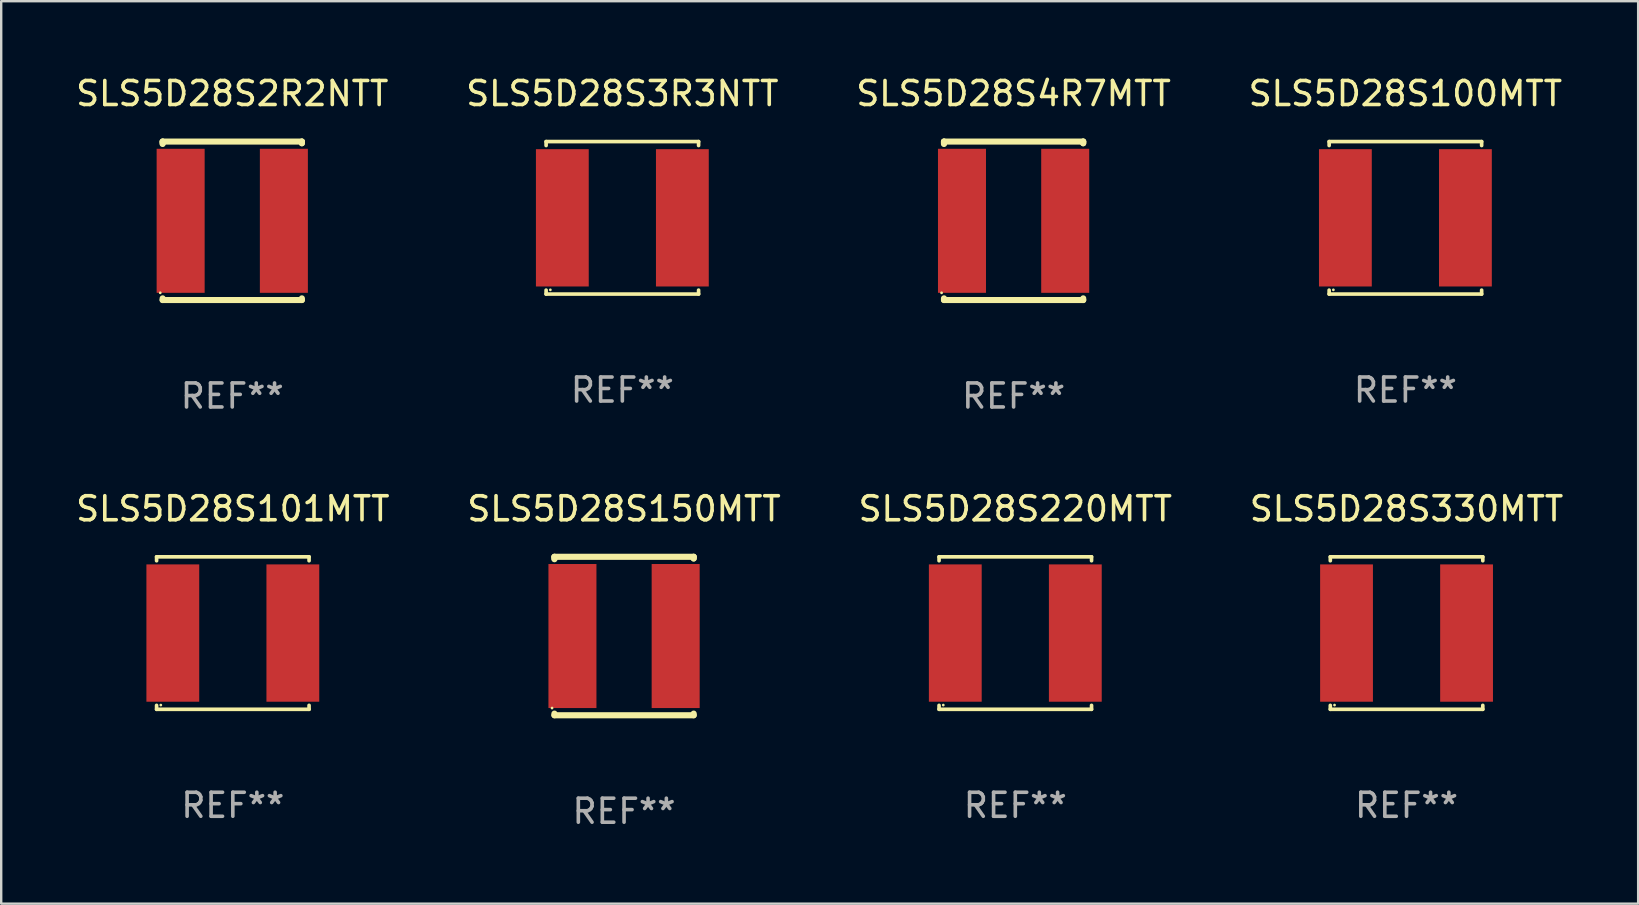
<source format=kicad_pcb>
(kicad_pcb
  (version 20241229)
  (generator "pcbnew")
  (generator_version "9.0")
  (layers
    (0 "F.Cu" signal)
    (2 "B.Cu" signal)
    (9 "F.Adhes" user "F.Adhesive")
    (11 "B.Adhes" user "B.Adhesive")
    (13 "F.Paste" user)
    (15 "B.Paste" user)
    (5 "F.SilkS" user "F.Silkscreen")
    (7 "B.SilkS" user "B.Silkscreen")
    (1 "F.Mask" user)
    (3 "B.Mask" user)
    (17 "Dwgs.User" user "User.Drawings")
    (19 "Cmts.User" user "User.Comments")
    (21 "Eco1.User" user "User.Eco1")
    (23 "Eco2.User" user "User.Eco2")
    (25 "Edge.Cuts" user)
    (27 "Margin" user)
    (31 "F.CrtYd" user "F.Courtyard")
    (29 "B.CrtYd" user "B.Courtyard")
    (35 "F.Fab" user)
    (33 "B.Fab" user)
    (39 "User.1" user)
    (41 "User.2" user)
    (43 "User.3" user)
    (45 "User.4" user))
  (footprint "SLS5D28S220MTT"
    (layer "F.Cu")
    (at 39.244 23.321)
    (property "Reference" "SLS5D28S220MTT" (at 0 -5.176 0) (layer "F.SilkS") (effects (font (size 1 1) (thickness 0.15))))
    (attr through_hole)
    (fp_line (start -3.176 -3.176) (end 3.176 -3.176) (stroke (width 0.152) (type solid)) (layer "F.SilkS"))
    (fp_line (start -3.176 -3.012) (end -3.176 -3.176) (stroke (width 0.152) (type solid)) (layer "F.SilkS"))
    (fp_line (start -3.176 3.012) (end -3.176 3.176) (stroke (width 0.152) (type solid)) (layer "F.SilkS"))
    (fp_line (start -3.176 3.176) (end 3.176 3.176) (stroke (width 0.152) (type solid)) (layer "F.SilkS"))
    (fp_line (start 3.176 -3.176) (end 3.176 -3.012) (stroke (width 0.152) (type solid)) (layer "F.SilkS"))
    (fp_line (start 3.176 3.176) (end 3.176 3.012) (stroke (width 0.152) (type solid)) (layer "F.SilkS"))
    (fp_circle (center -3 3) (end -2.97 3) (stroke (width 0.06) (type solid)) (fill no) (layer "F.SilkS"))
    (fp_text user "REF**" (at 0 7.176 0) (layer "F.Fab") (effects (font (size 1 1) (thickness 0.15))))
    (pad "1" smd rect (at -2.5 0) (size 2.2 5.72) (layers "F.Cu" "F.Mask" "F.Paste"))
    (pad "2" smd rect (at 2.5 0) (size 2.2 5.72) (layers "F.Cu" "F.Mask" "F.Paste")))
  (footprint "SLS5D28S150MTT"
    (layer "F.Cu")
    (at 22.946 23.445)
    (property "Reference" "SLS5D28S150MTT" (at 0 -5.3 0) (layer "F.SilkS") (effects (font (size 1 1) (thickness 0.15))))
    (attr through_hole)
    (fp_line (start -2.9 -3.3) (end -2.9 -3.231) (stroke (width 0.254) (type solid)) (layer "F.SilkS"))
    (fp_line (start -2.9 -3.3) (end -2.9 -3.2) (stroke (width 0.254) (type solid)) (layer "F.SilkS"))
    (fp_line (start -2.9 3.231) (end -2.9 3.3) (stroke (width 0.254) (type solid)) (layer "F.SilkS"))
    (fp_line (start -2.9 3.3) (end 2.9 3.3) (stroke (width 0.254) (type solid)) (layer "F.SilkS"))
    (fp_line (start 2.9 -3.3) (end -2.9 -3.3) (stroke (width 0.254) (type solid)) (layer "F.SilkS"))
    (fp_line (start 2.9 -3.3) (end 2.9 -3.231) (stroke (width 0.254) (type solid)) (layer "F.SilkS"))
    (fp_line (start 2.9 -3.231) (end 2.9 -3.3) (stroke (width 0.254) (type solid)) (layer "F.SilkS"))
    (fp_line (start 2.9 3.3) (end 2.9 3.231) (stroke (width 0.254) (type solid)) (layer "F.SilkS"))
    (fp_circle (center -3 3) (end -2.97 3) (stroke (width 0.06) (type solid)) (fill no) (layer "F.SilkS"))
    (fp_text user "REF**" (at 0 7.3 0) (layer "F.Fab") (effects (font (size 1 1) (thickness 0.15))))
    (pad "1" smd rect (at -2.15 0 90) (size 6 2) (layers "F.Cu" "F.Mask" "F.Paste"))
    (pad "2" smd rect (at 2.15 0 90) (size 6 2) (layers "F.Cu" "F.Mask" "F.Paste")))
  (footprint "SLS5D28S4R7MTT"
    (layer "F.Cu")
    (at 39.173 6.148)
    (property "Reference" "SLS5D28S4R7MTT" (at 0 -5.3 0) (layer "F.SilkS") (effects (font (size 1 1) (thickness 0.15))))
    (attr through_hole)
    (fp_line (start -2.9 -3.3) (end -2.9 -3.231) (stroke (width 0.254) (type solid)) (layer "F.SilkS"))
    (fp_line (start -2.9 -3.3) (end -2.9 -3.2) (stroke (width 0.254) (type solid)) (layer "F.SilkS"))
    (fp_line (start -2.9 3.231) (end -2.9 3.3) (stroke (width 0.254) (type solid)) (layer "F.SilkS"))
    (fp_line (start -2.9 3.3) (end 2.9 3.3) (stroke (width 0.254) (type solid)) (layer "F.SilkS"))
    (fp_line (start 2.9 -3.3) (end -2.9 -3.3) (stroke (width 0.254) (type solid)) (layer "F.SilkS"))
    (fp_line (start 2.9 -3.3) (end 2.9 -3.231) (stroke (width 0.254) (type solid)) (layer "F.SilkS"))
    (fp_line (start 2.9 -3.231) (end 2.9 -3.3) (stroke (width 0.254) (type solid)) (layer "F.SilkS"))
    (fp_line (start 2.9 3.3) (end 2.9 3.231) (stroke (width 0.254) (type solid)) (layer "F.SilkS"))
    (fp_circle (center -3 3) (end -2.97 3) (stroke (width 0.06) (type solid)) (fill no) (layer "F.SilkS"))
    (fp_text user "REF**" (at 0 7.3 0) (layer "F.Fab") (effects (font (size 1 1) (thickness 0.15))))
    (pad "1" smd rect (at -2.15 0 90) (size 6 2) (layers "F.Cu" "F.Mask" "F.Paste"))
    (pad "2" smd rect (at 2.15 0 90) (size 6 2) (layers "F.Cu" "F.Mask" "F.Paste")))
  (footprint "SLS5D28S100MTT"
    (layer "F.Cu")
    (at 55.494 6.024)
    (property "Reference" "SLS5D28S100MTT" (at 0 -5.176 0) (layer "F.SilkS") (effects (font (size 1 1) (thickness 0.15))))
    (attr through_hole)
    (fp_line (start -3.176 -3.176) (end 3.176 -3.176) (stroke (width 0.152) (type solid)) (layer "F.SilkS"))
    (fp_line (start -3.176 -3.012) (end -3.176 -3.176) (stroke (width 0.152) (type solid)) (layer "F.SilkS"))
    (fp_line (start -3.176 3.012) (end -3.176 3.176) (stroke (width 0.152) (type solid)) (layer "F.SilkS"))
    (fp_line (start -3.176 3.176) (end 3.176 3.176) (stroke (width 0.152) (type solid)) (layer "F.SilkS"))
    (fp_line (start 3.176 -3.176) (end 3.176 -3.012) (stroke (width 0.152) (type solid)) (layer "F.SilkS"))
    (fp_line (start 3.176 3.176) (end 3.176 3.012) (stroke (width 0.152) (type solid)) (layer "F.SilkS"))
    (fp_circle (center -3 3) (end -2.97 3) (stroke (width 0.06) (type solid)) (fill no) (layer "F.SilkS"))
    (fp_text user "REF**" (at 0 7.176 0) (layer "F.Fab") (effects (font (size 1 1) (thickness 0.15))))
    (pad "1" smd rect (at -2.5 0) (size 2.2 5.72) (layers "F.Cu" "F.Mask" "F.Paste"))
    (pad "2" smd rect (at 2.5 0) (size 2.2 5.72) (layers "F.Cu" "F.Mask" "F.Paste")))
  (footprint "SLS5D28S330MTT"
    (layer "F.Cu")
    (at 55.542 23.321)
    (property "Reference" "SLS5D28S330MTT" (at 0 -5.176 0) (layer "F.SilkS") (effects (font (size 1 1) (thickness 0.15))))
    (attr through_hole)
    (fp_line (start -3.176 -3.176) (end 3.176 -3.176) (stroke (width 0.152) (type solid)) (layer "F.SilkS"))
    (fp_line (start -3.176 -3.012) (end -3.176 -3.176) (stroke (width 0.152) (type solid)) (layer "F.SilkS"))
    (fp_line (start -3.176 3.012) (end -3.176 3.176) (stroke (width 0.152) (type solid)) (layer "F.SilkS"))
    (fp_line (start -3.176 3.176) (end 3.176 3.176) (stroke (width 0.152) (type solid)) (layer "F.SilkS"))
    (fp_line (start 3.176 -3.176) (end 3.176 -3.012) (stroke (width 0.152) (type solid)) (layer "F.SilkS"))
    (fp_line (start 3.176 3.176) (end 3.176 3.012) (stroke (width 0.152) (type solid)) (layer "F.SilkS"))
    (fp_circle (center -3 3) (end -2.97 3) (stroke (width 0.06) (type solid)) (fill no) (layer "F.SilkS"))
    (fp_text user "REF**" (at 0 7.176 0) (layer "F.Fab") (effects (font (size 1 1) (thickness 0.15))))
    (pad "1" smd rect (at -2.5 0) (size 2.2 5.72) (layers "F.Cu" "F.Mask" "F.Paste"))
    (pad "2" smd rect (at 2.5 0) (size 2.2 5.72) (layers "F.Cu" "F.Mask" "F.Paste")))
  (footprint "SLS5D28S101MTT"
    (layer "F.Cu")
    (at 6.649 23.321)
    (property "Reference" "SLS5D28S101MTT" (at 0 -5.176 0) (layer "F.SilkS") (effects (font (size 1 1) (thickness 0.15))))
    (attr through_hole)
    (fp_line (start -3.176 -3.176) (end 3.176 -3.176) (stroke (width 0.152) (type solid)) (layer "F.SilkS"))
    (fp_line (start -3.176 -3.012) (end -3.176 -3.176) (stroke (width 0.152) (type solid)) (layer "F.SilkS"))
    (fp_line (start -3.176 3.012) (end -3.176 3.176) (stroke (width 0.152) (type solid)) (layer "F.SilkS"))
    (fp_line (start -3.176 3.176) (end 3.176 3.176) (stroke (width 0.152) (type solid)) (layer "F.SilkS"))
    (fp_line (start 3.176 -3.176) (end 3.176 -3.012) (stroke (width 0.152) (type solid)) (layer "F.SilkS"))
    (fp_line (start 3.176 3.176) (end 3.176 3.012) (stroke (width 0.152) (type solid)) (layer "F.SilkS"))
    (fp_circle (center -3 3) (end -2.97 3) (stroke (width 0.06) (type solid)) (fill no) (layer "F.SilkS"))
    (fp_text user "REF**" (at 0 7.176 0) (layer "F.Fab") (effects (font (size 1 1) (thickness 0.15))))
    (pad "1" smd rect (at -2.5 0) (size 2.2 5.72) (layers "F.Cu" "F.Mask" "F.Paste"))
    (pad "2" smd rect (at 2.5 0) (size 2.2 5.72) (layers "F.Cu" "F.Mask" "F.Paste")))
  (footprint "SLS5D28S2R2NTT"
    (layer "F.Cu")
    (at 6.625 6.148)
    (property "Reference" "SLS5D28S2R2NTT" (at 0 -5.3 0) (layer "F.SilkS") (effects (font (size 1 1) (thickness 0.15))))
    (attr through_hole)
    (fp_line (start -2.9 -3.3) (end -2.9 -3.231) (stroke (width 0.254) (type solid)) (layer "F.SilkS"))
    (fp_line (start -2.9 -3.3) (end -2.9 -3.2) (stroke (width 0.254) (type solid)) (layer "F.SilkS"))
    (fp_line (start -2.9 3.231) (end -2.9 3.3) (stroke (width 0.254) (type solid)) (layer "F.SilkS"))
    (fp_line (start -2.9 3.3) (end 2.9 3.3) (stroke (width 0.254) (type solid)) (layer "F.SilkS"))
    (fp_line (start 2.9 -3.3) (end -2.9 -3.3) (stroke (width 0.254) (type solid)) (layer "F.SilkS"))
    (fp_line (start 2.9 -3.3) (end 2.9 -3.231) (stroke (width 0.254) (type solid)) (layer "F.SilkS"))
    (fp_line (start 2.9 -3.231) (end 2.9 -3.3) (stroke (width 0.254) (type solid)) (layer "F.SilkS"))
    (fp_line (start 2.9 3.3) (end 2.9 3.231) (stroke (width 0.254) (type solid)) (layer "F.SilkS"))
    (fp_circle (center -3 3) (end -2.97 3) (stroke (width 0.06) (type solid)) (fill no) (layer "F.SilkS"))
    (fp_text user "REF**" (at 0 7.3 0) (layer "F.Fab") (effects (font (size 1 1) (thickness 0.15))))
    (pad "1" smd rect (at -2.15 0 90) (size 6 2) (layers "F.Cu" "F.Mask" "F.Paste"))
    (pad "2" smd rect (at 2.15 0 90) (size 6 2) (layers "F.Cu" "F.Mask" "F.Paste")))
  (footprint "SLS5D28S3R3NTT"
    (layer "F.Cu")
    (at 22.875 6.024)
    (property "Reference" "SLS5D28S3R3NTT" (at 0 -5.176 0) (layer "F.SilkS") (effects (font (size 1 1) (thickness 0.15))))
    (attr through_hole)
    (fp_line (start -3.176 -3.176) (end 3.176 -3.176) (stroke (width 0.152) (type solid)) (layer "F.SilkS"))
    (fp_line (start -3.176 -3.012) (end -3.176 -3.176) (stroke (width 0.152) (type solid)) (layer "F.SilkS"))
    (fp_line (start -3.176 3.012) (end -3.176 3.176) (stroke (width 0.152) (type solid)) (layer "F.SilkS"))
    (fp_line (start -3.176 3.176) (end 3.176 3.176) (stroke (width 0.152) (type solid)) (layer "F.SilkS"))
    (fp_line (start 3.176 -3.176) (end 3.176 -3.012) (stroke (width 0.152) (type solid)) (layer "F.SilkS"))
    (fp_line (start 3.176 3.176) (end 3.176 3.012) (stroke (width 0.152) (type solid)) (layer "F.SilkS"))
    (fp_circle (center -3 3) (end -2.97 3) (stroke (width 0.06) (type solid)) (fill no) (layer "F.SilkS"))
    (fp_text user "REF**" (at 0 7.176 0) (layer "F.Fab") (effects (font (size 1 1) (thickness 0.15))))
    (pad "1" smd rect (at -2.5 0) (size 2.2 5.72) (layers "F.Cu" "F.Mask" "F.Paste"))
    (pad "2" smd rect (at 2.5 0) (size 2.2 5.72) (layers "F.Cu" "F.Mask" "F.Paste")))
  (gr_rect
    (start -3 -3)
    (end 65.19 34.593)
    (stroke (width 0.1) (type default))
    (fill no)
    (layer "Edge.Cuts")))
</source>
